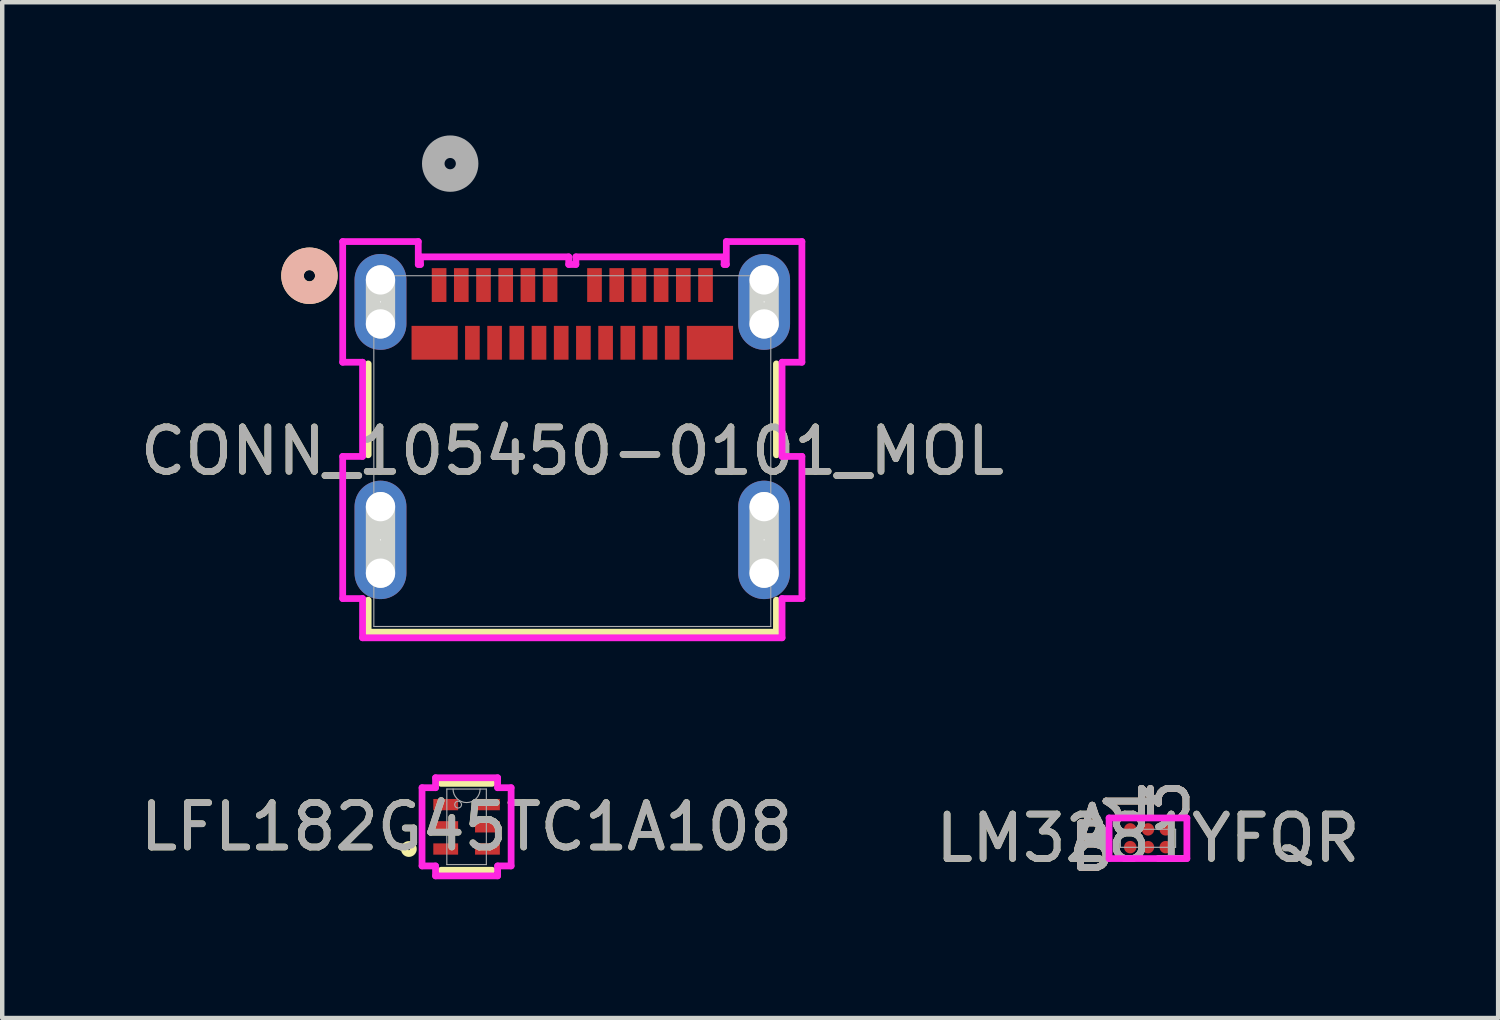
<source format=kicad_pcb>
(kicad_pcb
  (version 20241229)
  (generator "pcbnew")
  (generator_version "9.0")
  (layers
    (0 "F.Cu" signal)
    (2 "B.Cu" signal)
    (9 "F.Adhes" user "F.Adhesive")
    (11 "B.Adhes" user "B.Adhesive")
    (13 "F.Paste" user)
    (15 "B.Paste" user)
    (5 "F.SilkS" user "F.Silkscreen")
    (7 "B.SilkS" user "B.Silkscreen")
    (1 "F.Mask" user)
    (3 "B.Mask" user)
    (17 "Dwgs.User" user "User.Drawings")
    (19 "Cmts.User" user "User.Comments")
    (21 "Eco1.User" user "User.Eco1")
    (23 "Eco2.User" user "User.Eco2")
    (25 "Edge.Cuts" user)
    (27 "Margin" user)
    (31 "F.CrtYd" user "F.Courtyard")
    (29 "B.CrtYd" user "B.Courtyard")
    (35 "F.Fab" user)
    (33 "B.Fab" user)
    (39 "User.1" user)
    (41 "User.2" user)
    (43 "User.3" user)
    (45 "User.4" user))
  (footprint "LM3281YFQR"
    (layer "F.Cu")
    (at 22.804 15.829)
    (property "Reference" "LM3281YFQR" (at 0 0 0) (unlocked yes) (layer "F.SilkS") (effects (font (size 1 1) (thickness 0.15))))
    (attr smd)
    (fp_poly (pts (xy -1.044 -0.845) (xy 1.044 -0.845) (xy 1.044 0.845) (xy -1.044 0.845)) (stroke (width 0.1) (type solid)) (fill no) (layer "Eco2.User"))
    (fp_line (start -0.876 -0.457) (end 0.876 -0.457) (stroke (width 0.152) (type solid)) (layer "F.CrtYd"))
    (fp_line (start -0.876 0.457) (end -0.876 -0.457) (stroke (width 0.152) (type solid)) (layer "F.CrtYd"))
    (fp_line (start 0.876 -0.457) (end 0.876 0.457) (stroke (width 0.152) (type solid)) (layer "F.CrtYd"))
    (fp_line (start 0.876 0.457) (end -0.876 0.457) (stroke (width 0.152) (type solid)) (layer "F.CrtYd"))
    (fp_line (start -0.622 -0.203) (end -0.622 0.203) (stroke (width 0.025) (type solid)) (layer "F.Fab"))
    (fp_line (start -0.622 0.203) (end 0.622 0.203) (stroke (width 0.025) (type solid)) (layer "F.Fab"))
    (fp_line (start -0.422 -0.203) (end -0.622 -0.003) (stroke (width 0.025) (type solid)) (layer "F.Fab"))
    (fp_line (start 0.622 -0.203) (end -0.622 -0.203) (stroke (width 0.025) (type solid)) (layer "F.Fab"))
    (fp_line (start 0.622 0.203) (end 0.622 -0.203) (stroke (width 0.025) (type solid)) (layer "F.Fab"))
    (fp_text user "1" (at -0.4 -0.838 90) (unlocked yes) (layer "F.SilkS") (effects (font (size 1 1) (thickness 0.15))))
    (fp_text user "A" (at -1.257 -0.2 0) (unlocked yes) (layer "F.SilkS") (effects (font (size 1 1) (thickness 0.15))))
    (fp_text user "B" (at -1.257 0.2 0) (unlocked yes) (layer "F.SilkS") (effects (font (size 1 1) (thickness 0.15))))
    (fp_text user "3" (at 0.4 -0.838 90) (unlocked yes) (layer "F.SilkS") (effects (font (size 1 1) (thickness 0.15))))
    (fp_text user "3" (at 0.4 -0.838 90) (unlocked yes) (layer "B.SilkS") (effects (font (size 1 1) (thickness 0.15))))
    (fp_text user "B" (at -1.257 0.2 0) (unlocked yes) (layer "B.SilkS") (effects (font (size 1 1) (thickness 0.15))))
    (fp_text user "A" (at -1.257 -0.2 0) (unlocked yes) (layer "B.SilkS") (effects (font (size 1 1) (thickness 0.15))))
    (fp_text user "1" (at -0.4 -0.838 90) (unlocked yes) (layer "B.SilkS") (effects (font (size 1 1) (thickness 0.15))))
    (fp_text user "3" (at 0.4 -0.838 90) (unlocked yes) (layer "F.Fab") (effects (font (size 1 1) (thickness 0.15))))
    (fp_text user "B" (at -1.257 0.2 0) (unlocked yes) (layer "F.Fab") (effects (font (size 1 1) (thickness 0.15))))
    (fp_text user "1" (at -0.4 -0.838 90) (unlocked yes) (layer "F.Fab") (effects (font (size 1 1) (thickness 0.15))))
    (fp_text user "${REFERENCE}" (at 0 0 0) (unlocked yes) (layer "F.Fab") (effects (font (size 1 1) (thickness 0.15))))
    (fp_text user "A" (at -1.257 -0.2 0) (unlocked yes) (layer "F.Fab") (effects (font (size 1 1) (thickness 0.15))))
    (pad "A1" smd circle (at -0.4 -0.2) (size 0.28 0.28) (layers "F.Cu" "F.Mask" "F.Paste"))
    (pad "A2" smd circle (at 0 -0.2) (size 0.28 0.28) (layers "F.Cu" "F.Mask" "F.Paste"))
    (pad "A3" smd circle (at 0.4 -0.2) (size 0.28 0.28) (layers "F.Cu" "F.Mask" "F.Paste"))
    (pad "B1" smd circle (at -0.4 0.2) (size 0.28 0.28) (layers "F.Cu" "F.Mask" "F.Paste"))
    (pad "B2" smd circle (at 0 0.2) (size 0.28 0.28) (layers "F.Cu" "F.Mask" "F.Paste"))
    (pad "B3" smd circle (at 0.4 0.2) (size 0.28 0.28) (layers "F.Cu" "F.Mask" "F.Paste")))
  (footprint "CONN_105450-0101_MOL"
    (layer "F.Cu")
    (at 9.839 7.11)
    (property "Reference" "CONN_105450-0101_MOL" (at 0 0 0) (unlocked yes) (layer "F.SilkS") (effects (font (size 1 1) (thickness 0.15))))
    (attr smd)
    (fp_line (start -4.597 0.083) (end -4.597 -1.965) (stroke (width 0.152) (type solid)) (layer "F.SilkS"))
    (fp_line (start -4.597 4.077) (end -4.597 3.356) (stroke (width 0.152) (type solid)) (layer "F.SilkS"))
    (fp_line (start 4.597 -1.965) (end 4.597 0.083) (stroke (width 0.152) (type solid)) (layer "F.SilkS"))
    (fp_line (start 4.597 3.356) (end 4.597 4.077) (stroke (width 0.152) (type solid)) (layer "F.SilkS"))
    (fp_line (start 4.597 4.077) (end -4.597 4.077) (stroke (width 0.152) (type solid)) (layer "F.SilkS"))
    (fp_circle (center -5.92 -3.95) (end -5.539 -3.95) (stroke (width 0.508) (type solid)) (fill no) (layer "F.SilkS"))
    (fp_circle (center -5.92 -3.95) (end -5.539 -3.95) (stroke (width 0.508) (type solid)) (fill no) (layer "B.SilkS"))
    (fp_line (start -4.32 -2.865) (end -4.32 -3.856) (stroke (width 0.66) (type solid)) (layer "Edge.Cuts"))
    (fp_line (start -4.32 2.749) (end -4.32 1.25) (stroke (width 0.66) (type solid)) (layer "Edge.Cuts"))
    (fp_line (start 4.32 -2.865) (end 4.32 -3.856) (stroke (width 0.66) (type solid)) (layer "Edge.Cuts"))
    (fp_line (start 4.32 2.749) (end 4.32 1.25) (stroke (width 0.66) (type solid)) (layer "Edge.Cuts"))
    (fp_line (start -5.171 -4.72) (end -5.171 -2.002) (stroke (width 0.152) (type solid)) (layer "F.CrtYd"))
    (fp_line (start -5.171 -2.002) (end -4.724 -2.002) (stroke (width 0.152) (type solid)) (layer "F.CrtYd"))
    (fp_line (start -5.171 0.119) (end -5.171 3.32) (stroke (width 0.152) (type solid)) (layer "F.CrtYd"))
    (fp_line (start -5.171 3.32) (end -4.724 3.32) (stroke (width 0.152) (type solid)) (layer "F.CrtYd"))
    (fp_line (start -4.724 -2.002) (end -4.724 0.119) (stroke (width 0.152) (type solid)) (layer "F.CrtYd"))
    (fp_line (start -4.724 0.119) (end -5.171 0.119) (stroke (width 0.152) (type solid)) (layer "F.CrtYd"))
    (fp_line (start -4.724 3.32) (end -4.724 4.204) (stroke (width 0.152) (type solid)) (layer "F.CrtYd"))
    (fp_line (start -4.724 4.204) (end 4.724 4.204) (stroke (width 0.152) (type solid)) (layer "F.CrtYd"))
    (fp_line (start -3.469 -4.72) (end -5.171 -4.72) (stroke (width 0.152) (type solid)) (layer "F.CrtYd"))
    (fp_line (start -3.469 -4.204) (end -3.469 -4.72) (stroke (width 0.152) (type solid)) (layer "F.CrtYd"))
    (fp_line (start -3.419 -4.375) (end -3.419 -4.204) (stroke (width 0.152) (type solid)) (layer "F.CrtYd"))
    (fp_line (start -3.419 -4.204) (end -3.469 -4.204) (stroke (width 0.152) (type solid)) (layer "F.CrtYd"))
    (fp_line (start -0.081 -4.375) (end -3.419 -4.375) (stroke (width 0.152) (type solid)) (layer "F.CrtYd"))
    (fp_line (start -0.081 -4.204) (end -0.081 -4.375) (stroke (width 0.152) (type solid)) (layer "F.CrtYd"))
    (fp_line (start 0.081 -4.375) (end 0.081 -4.204) (stroke (width 0.152) (type solid)) (layer "F.CrtYd"))
    (fp_line (start 0.081 -4.204) (end -0.081 -4.204) (stroke (width 0.152) (type solid)) (layer "F.CrtYd"))
    (fp_line (start 3.419 -4.375) (end 0.081 -4.375) (stroke (width 0.152) (type solid)) (layer "F.CrtYd"))
    (fp_line (start 3.419 -4.204) (end 3.419 -4.375) (stroke (width 0.152) (type solid)) (layer "F.CrtYd"))
    (fp_line (start 3.469 -4.72) (end 3.469 -4.204) (stroke (width 0.152) (type solid)) (layer "F.CrtYd"))
    (fp_line (start 3.469 -4.204) (end 3.419 -4.204) (stroke (width 0.152) (type solid)) (layer "F.CrtYd"))
    (fp_line (start 4.724 -2.002) (end 5.171 -2.002) (stroke (width 0.152) (type solid)) (layer "F.CrtYd"))
    (fp_line (start 4.724 0.119) (end 4.724 -2.002) (stroke (width 0.152) (type solid)) (layer "F.CrtYd"))
    (fp_line (start 4.724 3.32) (end 5.171 3.32) (stroke (width 0.152) (type solid)) (layer "F.CrtYd"))
    (fp_line (start 4.724 4.204) (end 4.724 3.32) (stroke (width 0.152) (type solid)) (layer "F.CrtYd"))
    (fp_line (start 5.171 -4.72) (end 3.469 -4.72) (stroke (width 0.152) (type solid)) (layer "F.CrtYd"))
    (fp_line (start 5.171 -2.002) (end 5.171 -4.72) (stroke (width 0.152) (type solid)) (layer "F.CrtYd"))
    (fp_line (start 5.171 0.119) (end 4.724 0.119) (stroke (width 0.152) (type solid)) (layer "F.CrtYd"))
    (fp_line (start 5.171 3.32) (end 5.171 0.119) (stroke (width 0.152) (type solid)) (layer "F.CrtYd"))
    (fp_line (start -4.47 -3.95) (end -4.47 3.95) (stroke (width 0.025) (type solid)) (layer "F.Fab"))
    (fp_line (start -4.47 3.95) (end 4.47 3.95) (stroke (width 0.025) (type solid)) (layer "F.Fab"))
    (fp_line (start 4.47 -3.95) (end -4.47 -3.95) (stroke (width 0.025) (type solid)) (layer "F.Fab"))
    (fp_line (start 4.47 3.95) (end 4.47 -3.95) (stroke (width 0.025) (type solid)) (layer "F.Fab"))
    (fp_circle (center -2.75 -6.475) (end -2.369 -6.475) (stroke (width 0.508) (type solid)) (fill no) (layer "F.Fab"))
    (fp_text user "${REFERENCE}" (at 0 0 0) (unlocked yes) (layer "F.Fab") (effects (font (size 1 1) (thickness 0.15))))
    (pad "" np_thru_hole circle (at -4.32 -3.856) (size 0.66 0.66) (drill 0.66) (layers "*.Cu" "*.Mask"))
    (pad "" np_thru_hole circle (at -4.32 -2.865) (size 0.66 0.66) (drill 0.66) (layers "*.Cu" "*.Mask"))
    (pad "" np_thru_hole circle (at -4.32 1.25) (size 0.66 0.66) (drill 0.66) (layers "*.Cu" "*.Mask"))
    (pad "" np_thru_hole circle (at -4.32 2.749) (size 0.66 0.66) (drill 0.66) (layers "*.Cu" "*.Mask"))
    (pad "" np_thru_hole circle (at 4.32 -3.856) (size 0.66 0.66) (drill 0.66) (layers "*.Cu" "*.Mask"))
    (pad "" np_thru_hole circle (at 4.32 -2.865) (size 0.66 0.66) (drill 0.66) (layers "*.Cu" "*.Mask"))
    (pad "" np_thru_hole circle (at 4.32 1.25) (size 0.66 0.66) (drill 0.66) (layers "*.Cu" "*.Mask"))
    (pad "" np_thru_hole circle (at 4.32 2.749) (size 0.66 0.66) (drill 0.66) (layers "*.Cu" "*.Mask"))
    (pad "25" thru_hole oval (at -4.32 1.999 90) (size 2.667 1.168) (drill 0.025) (layers "*.Cu" "*.Mask"))
    (pad "26" thru_hole oval (at 4.32 1.999 90) (size 2.667 1.168) (drill 0.025) (layers "*.Cu" "*.Mask"))
    (pad "27" thru_hole oval (at -4.32 -3.361 90) (size 2.159 1.168) (drill 0.025) (layers "*.Cu" "*.Mask"))
    (pad "28" thru_hole oval (at 4.32 -3.361 90) (size 2.159 1.168) (drill 0.025) (layers "*.Cu" "*.Mask"))
    (pad "A1" smd rect (at -3 -3.74) (size 0.33 0.762) (layers "F.Cu" "F.Mask" "F.Paste"))
    (pad "A2" smd rect (at -2.5 -3.74) (size 0.33 0.762) (layers "F.Cu" "F.Mask" "F.Paste"))
    (pad "A3" smd rect (at -2 -3.74) (size 0.33 0.762) (layers "F.Cu" "F.Mask" "F.Paste"))
    (pad "A4" smd rect (at -1.5 -3.74) (size 0.33 0.762) (layers "F.Cu" "F.Mask" "F.Paste"))
    (pad "A5" smd rect (at -1 -3.74) (size 0.33 0.762) (layers "F.Cu" "F.Mask" "F.Paste"))
    (pad "A6" smd rect (at -0.5 -3.74) (size 0.33 0.762) (layers "F.Cu" "F.Mask" "F.Paste"))
    (pad "A7" smd rect (at 0.5 -3.74) (size 0.33 0.762) (layers "F.Cu" "F.Mask" "F.Paste"))
    (pad "A8" smd rect (at 1 -3.74) (size 0.33 0.762) (layers "F.Cu" "F.Mask" "F.Paste"))
    (pad "A9" smd rect (at 1.5 -3.74) (size 0.33 0.762) (layers "F.Cu" "F.Mask" "F.Paste"))
    (pad "A10" smd rect (at 2 -3.74) (size 0.33 0.762) (layers "F.Cu" "F.Mask" "F.Paste"))
    (pad "A11" smd rect (at 2.5 -3.74) (size 0.33 0.762) (layers "F.Cu" "F.Mask" "F.Paste"))
    (pad "A12" smd rect (at 3 -3.74) (size 0.33 0.762) (layers "F.Cu" "F.Mask" "F.Paste"))
    (pad "B1" smd rect (at 3.1 -2.44) (size 1.041 0.762) (layers "F.Cu" "F.Mask" "F.Paste"))
    (pad "B2" smd rect (at 2.25 -2.44) (size 0.33 0.762) (layers "F.Cu" "F.Mask" "F.Paste"))
    (pad "B3" smd rect (at 1.75 -2.44) (size 0.33 0.762) (layers "F.Cu" "F.Mask" "F.Paste"))
    (pad "B4" smd rect (at 1.25 -2.44) (size 0.33 0.762) (layers "F.Cu" "F.Mask" "F.Paste"))
    (pad "B5" smd rect (at 0.75 -2.44) (size 0.33 0.762) (layers "F.Cu" "F.Mask" "F.Paste"))
    (pad "B6" smd rect (at 0.25 -2.44) (size 0.33 0.762) (layers "F.Cu" "F.Mask" "F.Paste"))
    (pad "B7" smd rect (at -0.25 -2.44) (size 0.33 0.762) (layers "F.Cu" "F.Mask" "F.Paste"))
    (pad "B8" smd rect (at -0.75 -2.44) (size 0.33 0.762) (layers "F.Cu" "F.Mask" "F.Paste"))
    (pad "B9" smd rect (at -1.25 -2.44) (size 0.33 0.762) (layers "F.Cu" "F.Mask" "F.Paste"))
    (pad "B10" smd rect (at -1.75 -2.44) (size 0.33 0.762) (layers "F.Cu" "F.Mask" "F.Paste"))
    (pad "B11" smd rect (at -2.25 -2.44) (size 0.33 0.762) (layers "F.Cu" "F.Mask" "F.Paste"))
    (pad "B12" smd rect (at -3.1 -2.44) (size 1.041 0.762) (layers "F.Cu" "F.Mask" "F.Paste")))
  (footprint "LFL182G45TC1A108"
    (layer "F.Cu")
    (at 7.458 15.571)
    (property "Reference" "LFL182G45TC1A108" (at 0 0 0) (unlocked yes) (layer "F.SilkS") (effects (font (size 1 1) (thickness 0.15))))
    (attr smd)
    (fp_line (start -0.572 0.978) (end 0.572 0.978) (stroke (width 0.152) (type solid)) (layer "F.SilkS"))
    (fp_line (start 0.572 -0.978) (end -0.572 -0.978) (stroke (width 0.152) (type solid)) (layer "F.SilkS"))
    (fp_circle (center -1.3 0.5) (end -1.198 0.5) (stroke (width 0.152) (type solid)) (fill no) (layer "F.SilkS"))
    (fp_line (start -1.003 -0.881) (end -0.699 -0.881) (stroke (width 0.152) (type solid)) (layer "F.CrtYd"))
    (fp_line (start -1.003 0.881) (end -1.003 -0.881) (stroke (width 0.152) (type solid)) (layer "F.CrtYd"))
    (fp_line (start -1.003 0.881) (end -0.699 0.881) (stroke (width 0.152) (type solid)) (layer "F.CrtYd"))
    (fp_line (start -0.699 -1.105) (end 0.699 -1.105) (stroke (width 0.152) (type solid)) (layer "F.CrtYd"))
    (fp_line (start -0.699 -0.881) (end -0.699 -1.105) (stroke (width 0.152) (type solid)) (layer "F.CrtYd"))
    (fp_line (start -0.699 1.105) (end -0.699 0.881) (stroke (width 0.152) (type solid)) (layer "F.CrtYd"))
    (fp_line (start 0.699 -1.105) (end 0.699 -0.881) (stroke (width 0.152) (type solid)) (layer "F.CrtYd"))
    (fp_line (start 0.699 0.881) (end 0.699 1.105) (stroke (width 0.152) (type solid)) (layer "F.CrtYd"))
    (fp_line (start 0.699 1.105) (end -0.699 1.105) (stroke (width 0.152) (type solid)) (layer "F.CrtYd"))
    (fp_line (start 1.003 -0.881) (end 0.699 -0.881) (stroke (width 0.152) (type solid)) (layer "F.CrtYd"))
    (fp_line (start 1.003 -0.881) (end 1.003 0.881) (stroke (width 0.152) (type solid)) (layer "F.CrtYd"))
    (fp_line (start 1.003 0.881) (end 0.699 0.881) (stroke (width 0.152) (type solid)) (layer "F.CrtYd"))
    (fp_line (start -0.445 -0.851) (end -0.445 0.851) (stroke (width 0.025) (type solid)) (layer "F.Fab"))
    (fp_line (start -0.445 0.851) (end 0.445 0.851) (stroke (width 0.025) (type solid)) (layer "F.Fab"))
    (fp_line (start 0.445 -0.851) (end -0.445 -0.851) (stroke (width 0.025) (type solid)) (layer "F.Fab"))
    (fp_line (start 0.445 0.851) (end 0.445 -0.851) (stroke (width 0.025) (type solid)) (layer "F.Fab"))
    (fp_arc (start 0.3048 -0.8509) (mid 0 -0.5461) (end -0.3048 -0.8509) (stroke (width 0.0254) (type solid)) (layer "F.Fab"))
    (fp_circle (center -0.191 -0.5) (end -0.114 -0.5) (stroke (width 0.025) (type solid)) (fill no) (layer "F.Fab"))
    (fp_text user "${REFERENCE}" (at 0 0 0) (unlocked yes) (layer "F.Fab") (effects (font (size 1 1) (thickness 0.15))))
    (pad "1" smd rect (at -0.47 0.5) (size 0.559 0.254) (layers "F.Cu" "F.Mask" "F.Paste"))
    (pad "2" smd rect (at -0.47 0) (size 0.559 0.254) (layers "F.Cu" "F.Mask" "F.Paste"))
    (pad "3" smd rect (at -0.47 -0.5) (size 0.559 0.254) (layers "F.Cu" "F.Mask" "F.Paste"))
    (pad "4" smd rect (at 0.47 -0.5) (size 0.559 0.254) (layers "F.Cu" "F.Mask" "F.Paste"))
    (pad "5" smd rect (at 0.47 0) (size 0.559 0.254) (layers "F.Cu" "F.Mask" "F.Paste"))
    (pad "6" smd rect (at 0.47 0.5) (size 0.559 0.254) (layers "F.Cu" "F.Mask" "F.Paste")))
  (gr_rect
    (start -3 -3)
    (end 30.69 19.877)
    (stroke (width 0.1) (type default))
    (fill no)
    (layer "Edge.Cuts")))
</source>
